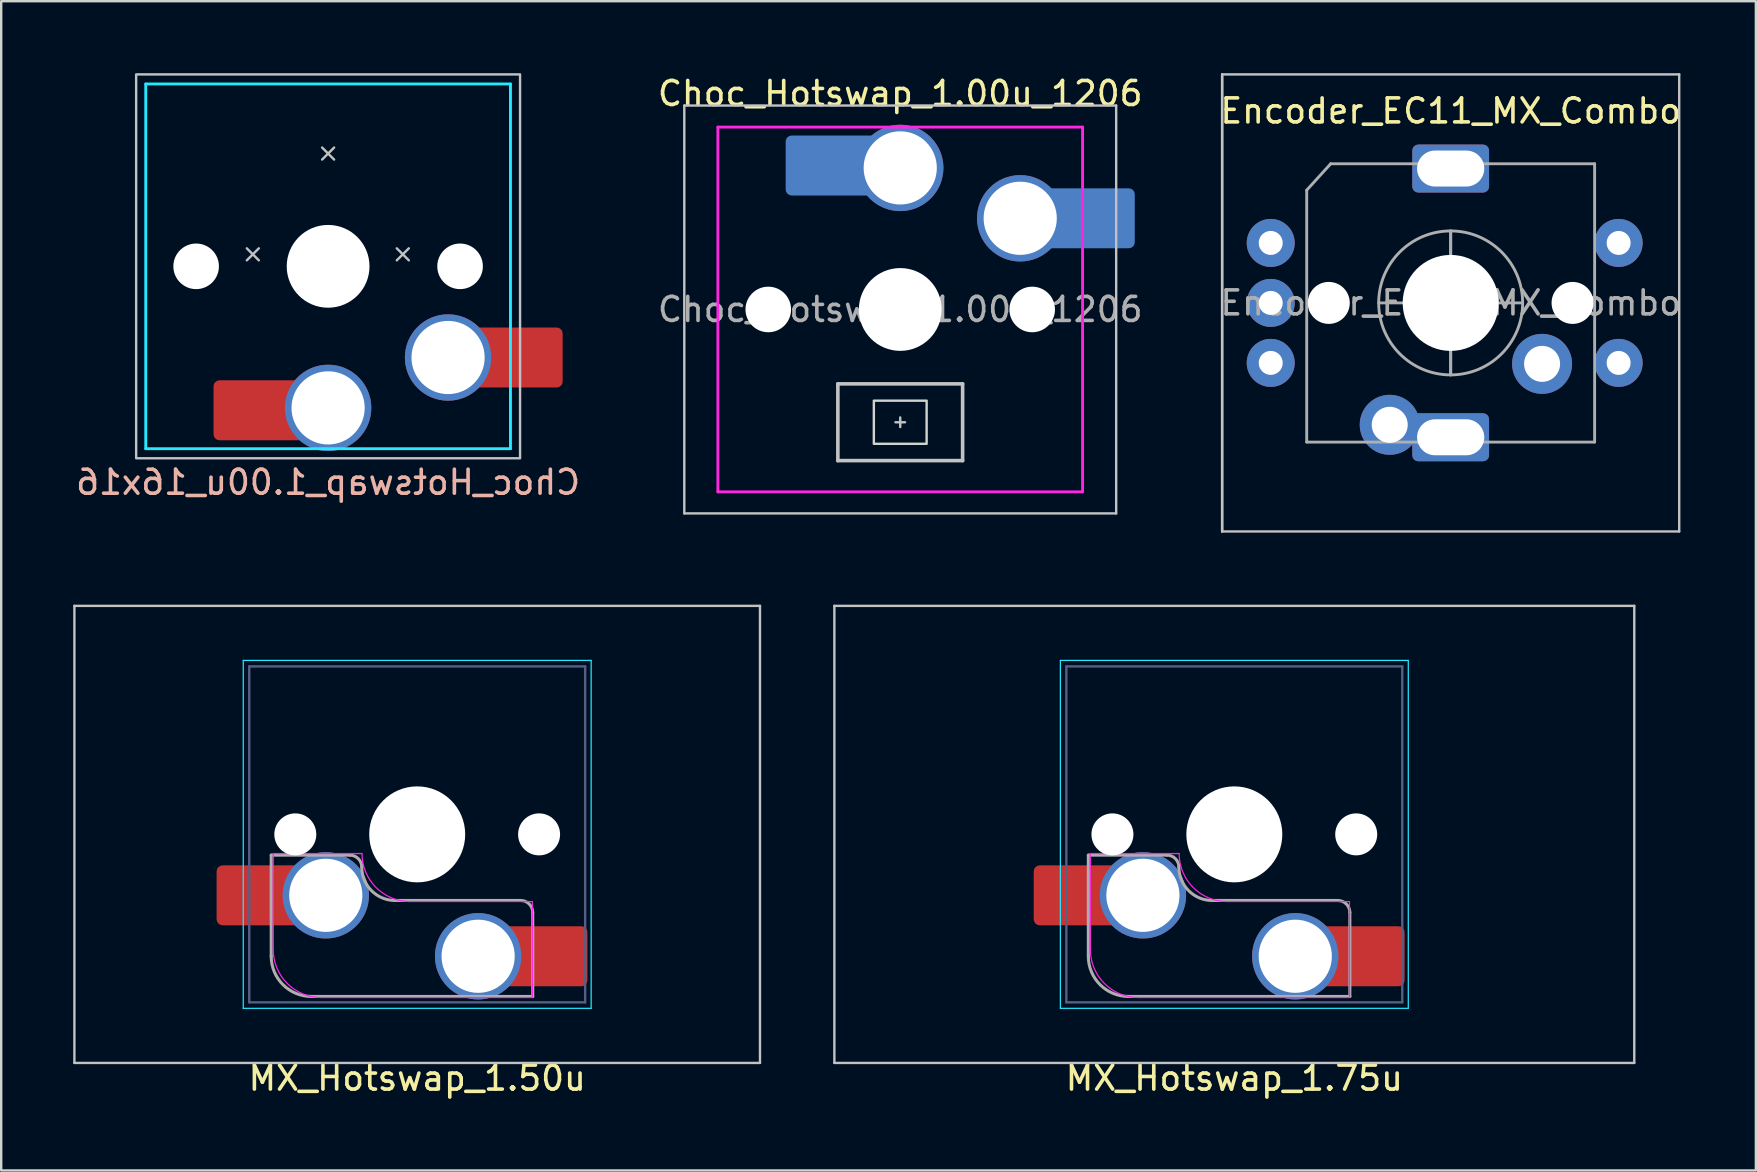
<source format=kicad_pcb>
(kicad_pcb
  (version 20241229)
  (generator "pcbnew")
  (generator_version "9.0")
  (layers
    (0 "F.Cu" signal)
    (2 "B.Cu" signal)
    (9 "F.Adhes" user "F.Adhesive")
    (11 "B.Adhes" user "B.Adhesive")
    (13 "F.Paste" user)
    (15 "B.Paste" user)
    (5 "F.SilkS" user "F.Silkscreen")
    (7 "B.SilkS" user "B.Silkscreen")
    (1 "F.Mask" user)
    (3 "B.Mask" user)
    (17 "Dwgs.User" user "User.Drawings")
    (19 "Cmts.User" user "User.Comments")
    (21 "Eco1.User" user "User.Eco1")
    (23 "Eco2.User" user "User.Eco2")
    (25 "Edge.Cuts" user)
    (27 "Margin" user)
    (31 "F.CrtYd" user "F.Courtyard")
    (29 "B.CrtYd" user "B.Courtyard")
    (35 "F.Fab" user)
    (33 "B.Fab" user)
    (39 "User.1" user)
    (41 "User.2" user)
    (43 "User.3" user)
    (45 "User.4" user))
  (footprint "Encoder_EC11_MX_Combo"
    (layer "F.Cu")
    (at 57.411 9.575)
    (property "Reference" "Encoder_EC11_MX_Combo" (at 0 -8 0) (layer "F.SilkS") (effects (font (size 1 1) (thickness 0.15))))
    (attr through_hole)
    (fp_line (start -9.525 -9.525) (end -9.525 9.525) (stroke (width 0.1) (type solid)) (layer "Dwgs.User"))
    (fp_line (start -9.525 -9.525) (end -9.525 9.525) (stroke (width 0.1) (type solid)) (layer "Dwgs.User"))
    (fp_line (start -9.525 9.525) (end 9.525 9.525) (stroke (width 0.1) (type solid)) (layer "Dwgs.User"))
    (fp_line (start 9.525 -9.525) (end -9.525 -9.525) (stroke (width 0.1) (type solid)) (layer "Dwgs.User"))
    (fp_line (start 9.525 9.525) (end 9.525 -9.525) (stroke (width 0.1) (type solid)) (layer "Dwgs.User"))
    (fp_line (start -6 -4.7) (end -5 -5.8) (stroke (width 0.12) (type solid)) (layer "F.Fab"))
    (fp_line (start -6 5.8) (end -6 -4.7) (stroke (width 0.12) (type solid)) (layer "F.Fab"))
    (fp_line (start -5 -5.8) (end 6 -5.8) (stroke (width 0.12) (type solid)) (layer "F.Fab"))
    (fp_line (start -3 0) (end 3 0) (stroke (width 0.12) (type solid)) (layer "F.Fab"))
    (fp_line (start 0 -3) (end 0 3) (stroke (width 0.12) (type solid)) (layer "F.Fab"))
    (fp_line (start 0 -3) (end 0 3) (stroke (width 0.12) (type solid)) (layer "F.Fab"))
    (fp_line (start 6 -5.8) (end 6 5.8) (stroke (width 0.12) (type solid)) (layer "F.Fab"))
    (fp_line (start 6 5.8) (end -6 5.8) (stroke (width 0.12) (type solid)) (layer "F.Fab"))
    (fp_circle (center 0 0) (end 3 0) (stroke (width 0.12) (type solid)) (fill no) (layer "F.Fab"))
    (fp_text user "${REFERENCE}" (at 0 0 180) (layer "F.Fab") (effects (font (size 1 1) (thickness 0.15))))
    (pad "" np_thru_hole circle (at -5.08 0 180) (size 1.75 1.75) (drill 1.75) (layers "*.Cu" "*.Mask"))
    (pad "" np_thru_hole circle (at 0 0 180) (size 4 4) (drill 4) (layers "*.Cu" "*.Mask"))
    (pad "" np_thru_hole circle (at 5.08 0 180) (size 1.75 1.75) (drill 1.75) (layers "*.Cu" "*.Mask"))
    (pad "A" thru_hole circle (at -7.5 -2.5) (size 2 2) (drill 1) (layers "*.Cu" "*.Mask"))
    (pad "B" thru_hole circle (at -7.5 2.5) (size 2 2) (drill 1) (layers "*.Cu" "*.Mask"))
    (pad "C" thru_hole circle (at -7.5 0) (size 2 2) (drill 1) (layers "*.Cu" "*.Mask"))
    (pad "MP" thru_hole roundrect (at 0 -5.6) (size 3.2 2) (drill oval 2.8 1.5) (layers "*.Cu" "*.Mask") (roundrect_rratio 0.125))
    (pad "S1" thru_hole circle (at 3.81 2.54 180) (size 2.5 2.5) (drill 1.5) (layers "*.Cu" "*.Mask"))
    (pad "S1" thru_hole circle (at 7 2.5) (size 2 2) (drill 1) (layers "*.Cu" "*.Mask"))
    (pad "S2" thru_hole circle (at -2.54 5.08 180) (size 2.5 2.5) (drill 1.5) (layers "*.Cu" "*.Mask"))
    (pad "S2" thru_hole roundrect (at 0 5.6) (size 3.2 2) (drill oval 2.8 1.5) (layers "*.Cu" "*.Mask") (roundrect_rratio 0.125))
    (pad "S2" thru_hole circle (at 7 -2.5) (size 2 2) (drill 1) (layers "*.Cu" "*.Mask")))
  (footprint "Choc_Hotswap_1.00u_1206"
    (layer "F.Cu")
    (at 34.47 9.848)
    (property "Reference" "Choc_Hotswap_1.00u_1206" (at 0 -9 0) (layer "F.SilkS") (effects (font (size 1 1) (thickness 0.15))))
    (attr smd allow_soldermask_bridges)
    (fp_line (start -9 -8.5) (end -9 8.5) (stroke (width 0.1) (type solid)) (layer "Dwgs.User"))
    (fp_line (start -9 8.5) (end 9 8.5) (stroke (width 0.1) (type solid)) (layer "Dwgs.User"))
    (fp_line (start -2.6 3.1) (end -2.6 6.3) (stroke (width 0.15) (type solid)) (layer "Dwgs.User"))
    (fp_line (start -2.6 6.3) (end 2.6 6.3) (stroke (width 0.15) (type solid)) (layer "Dwgs.User"))
    (fp_line (start 0 4.5) (end 0 4.9) (stroke (width 0.1) (type default)) (layer "Dwgs.User"))
    (fp_line (start 0.2 4.7) (end -0.2 4.7) (stroke (width 0.1) (type default)) (layer "Dwgs.User"))
    (fp_line (start 2.6 3.1) (end -2.6 3.1) (stroke (width 0.15) (type solid)) (layer "Dwgs.User"))
    (fp_line (start 2.6 3.1) (end 2.6 6.3) (stroke (width 0.15) (type solid)) (layer "Dwgs.User"))
    (fp_line (start 9 -8.5) (end -9 -8.5) (stroke (width 0.1) (type solid)) (layer "Dwgs.User"))
    (fp_line (start 9 8.5) (end 9 -8.5) (stroke (width 0.1) (type solid)) (layer "Dwgs.User"))
    (fp_rect (start -1.1 3.8) (end 1.1 5.6) (stroke (width 0.1) (type default)) (fill no) (layer "Edge.Cuts"))
    (fp_line (start -7.6 -7.6) (end -7.6 7.6) (stroke (width 0.12) (type solid)) (layer "F.CrtYd"))
    (fp_line (start -7.6 7.6) (end 7.6 7.6) (stroke (width 0.12) (type solid)) (layer "F.CrtYd"))
    (fp_line (start 7.6 -7.6) (end -7.6 -7.6) (stroke (width 0.12) (type solid)) (layer "F.CrtYd"))
    (fp_line (start 7.6 7.6) (end 7.6 -7.6) (stroke (width 0.12) (type solid)) (layer "F.CrtYd"))
    (fp_text user "${REFERENCE}" (at 0 0 0) (layer "F.Fab") (effects (font (size 1 1) (thickness 0.15))))
    (pad "" np_thru_hole circle (at -5.5 0) (size 1.9 1.9) (drill 1.9) (layers "*.Cu" "*.Mask"))
    (pad "" smd roundrect (at -3.5 -6) (size 2.55 2.5) (layers "B.Mask" "B.Paste") (roundrect_rratio 0.1))
    (pad "" np_thru_hole circle (at 0 0) (size 3.45 3.45) (drill 3.45) (layers "*.Cu" "*.Mask"))
    (pad "" np_thru_hole circle (at 5.5 0) (size 1.9 1.9) (drill 1.9) (layers "*.Cu" "*.Mask"))
    (pad "" smd roundrect (at 8.5 -3.8) (size 2.55 2.5) (layers "B.Mask" "B.Paste") (roundrect_rratio 0.1))
    (pad "1" smd roundrect (at -2.85 -6) (size 3.85 2.5) (layers "B.Cu") (roundrect_rratio 0.1))
    (pad "1" thru_hole circle (at 0 -5.9) (size 3.6 3.6) (drill 3.05) (layers "*.Cu" "*.Mask"))
    (pad "2" thru_hole circle (at 5 -3.8) (size 3.6 3.6) (drill 3.05) (layers "*.Cu" "*.Mask"))
    (pad "2" smd roundrect (at 7.85 -3.8) (size 3.85 2.5) (layers "B.Cu") (roundrect_rratio 0.1)))
  (footprint "MX_Hotswap_1.75u"
    (layer "F.Cu")
    (at 47.759 35.535)
    (property "Reference" "MX_Hotswap_1.75u" (at 0.635 6.35 0) (layer "F.SilkS") (effects (font (size 1 1) (thickness 0.15))))
    (attr smd allow_soldermask_bridges)
    (fp_line (start -16.034 -13.335) (end -16.034 5.715) (stroke (width 0.1) (type solid)) (layer "Dwgs.User"))
    (fp_line (start -16.034 5.715) (end 17.304 5.715) (stroke (width 0.1) (type solid)) (layer "Dwgs.User"))
    (fp_line (start 17.304 -13.335) (end -16.034 -13.335) (stroke (width 0.1) (type solid)) (layer "Dwgs.User"))
    (fp_line (start 17.304 5.715) (end 17.304 -13.335) (stroke (width 0.1) (type solid)) (layer "Dwgs.User"))
    (fp_line (start -6.615 -11.06) (end -6.615 3.44) (stroke (width 0.05) (type solid)) (layer "B.CrtYd"))
    (fp_line (start -6.615 3.44) (end 7.885 3.44) (stroke (width 0.05) (type solid)) (layer "B.CrtYd"))
    (fp_line (start 7.885 -11.06) (end -6.615 -11.06) (stroke (width 0.05) (type solid)) (layer "B.CrtYd"))
    (fp_line (start 7.885 3.44) (end 7.885 -11.06) (stroke (width 0.05) (type solid)) (layer "B.CrtYd"))
    (fp_line (start -5.365 0.99) (end -5.365 -3.01) (stroke (width 0.05) (type solid)) (layer "F.CrtYd"))
    (fp_line (start -1.665 -3.01) (end -5.365 -3.01) (stroke (width 0.05) (type solid)) (layer "F.CrtYd"))
    (fp_line (start 5.435 -1.01) (end 0.335 -1.01) (stroke (width 0.05) (type solid)) (layer "F.CrtYd"))
    (fp_line (start 5.435 -1.01) (end 5.435 2.99) (stroke (width 0.05) (type solid)) (layer "F.CrtYd"))
    (fp_line (start 5.435 2.99) (end -3.365 2.99) (stroke (width 0.05) (type solid)) (layer "F.CrtYd"))
    (fp_arc (start -3.365 2.99) (mid -4.779214 2.404214) (end -5.365 0.99) (stroke (width 0.05) (type solid)) (layer "F.CrtYd"))
    (fp_arc (start 0.335 -1.01) (mid -1.079214 -1.595786) (end -1.665 -3.01) (stroke (width 0.05) (type solid)) (layer "F.CrtYd"))
    (fp_line (start -6.365 -10.81) (end -6.365 3.19) (stroke (width 0.1) (type solid)) (layer "B.Fab"))
    (fp_line (start -6.365 3.19) (end 7.635 3.19) (stroke (width 0.1) (type solid)) (layer "B.Fab"))
    (fp_line (start 7.635 -10.81) (end -6.365 -10.81) (stroke (width 0.1) (type solid)) (layer "B.Fab"))
    (fp_line (start 7.635 3.19) (end 7.635 -10.81) (stroke (width 0.1) (type solid)) (layer "B.Fab"))
    (fp_line (start -5.45 -2.945) (end -2.175 -2.945) (stroke (width 0.127) (type solid)) (layer "F.Fab"))
    (fp_line (start -5.45 1.27) (end -5.45 -2.945) (stroke (width 0.127) (type solid)) (layer "F.Fab"))
    (fp_line (start -0.285 -1.055) (end 4.95 -1.055) (stroke (width 0.127) (type solid)) (layer "F.Fab"))
    (fp_line (start 5.45 -0.555) (end 5.45 2.945) (stroke (width 0.127) (type solid)) (layer "F.Fab"))
    (fp_line (start 5.45 2.945) (end -3.775 2.945) (stroke (width 0.127) (type solid)) (layer "F.Fab"))
    (fp_arc (start -3.775 2.945) (mid -4.959404 2.454404) (end -5.45 1.27) (stroke (width 0.127) (type solid)) (layer "F.Fab"))
    (fp_arc (start -2.175 -2.945) (mid -1.821447 -2.798553) (end -1.675 -2.445) (stroke (width 0.127) (type solid)) (layer "F.Fab"))
    (fp_arc (start -0.285 -1.055) (mid -1.267878 -1.462122) (end -1.675 -2.445) (stroke (width 0.127) (type solid)) (layer "F.Fab"))
    (fp_arc (start 4.95 -1.055) (mid 5.303553 -0.908553) (end 5.45 -0.555) (stroke (width 0.127) (type solid)) (layer "F.Fab"))
    (pad "" smd roundrect (at -6.45 -1.27 180) (size 2.55 2.5) (layers "F.Mask" "F.Paste") (roundrect_rratio 0.1))
    (pad "" np_thru_hole circle (at -4.445 -3.81 180) (size 1.75 1.75) (drill 1.75) (layers "*.Cu" "*.Mask"))
    (pad "" np_thru_hole circle (at 0.635 -3.81 180) (size 4 4) (drill 4) (layers "*.Cu" "*.Mask"))
    (pad "" np_thru_hole circle (at 5.715 -3.81 180) (size 1.75 1.75) (drill 1.75) (layers "*.Cu" "*.Mask"))
    (pad "" smd roundrect (at 6.477 1.27 180) (size 2.55 2.5) (layers "F.Mask" "F.Paste") (roundrect_rratio 0.1))
    (pad "1" smd roundrect (at -5.95 -1.27 180) (size 3.55 2.5) (layers "F.Cu") (roundrect_rratio 0.1))
    (pad "1" thru_hole circle (at -3.175 -1.27 180) (size 3.6 3.6) (drill 3.05) (layers "*.Cu" "*.Mask"))
    (pad "2" thru_hole circle (at 3.175 1.27 180) (size 3.6 3.6) (drill 3.05) (layers "*.Cu" "*.Mask"))
    (pad "2" smd roundrect (at 5.955 1.27 180) (size 3.55 2.5) (layers "F.Cu") (roundrect_rratio 0.1)))
  (footprint "Choc_Hotswap_1.00u_16x16"
    (layer "F.Cu")
    (at 13.125 12.9)
    (property "Reference" "Choc_Hotswap_1.00u_16x16" (at -2.5 4.15 180) (layer "B.SilkS") (effects (font (size 1 1) (thickness 0.15)) (justify mirror)))
    (attr smd allow_soldermask_bridges)
    (fp_line (start -5.888 -5.6) (end -5.388 -5.1) (stroke (width 0.1) (type default)) (layer "Dwgs.User"))
    (fp_line (start -5.388 -5.6) (end -5.888 -5.1) (stroke (width 0.1) (type default)) (layer "Dwgs.User"))
    (fp_line (start -2.75 -9.8) (end -2.25 -9.3) (stroke (width 0.1) (type default)) (layer "Dwgs.User"))
    (fp_line (start -2.25 -9.8) (end -2.75 -9.3) (stroke (width 0.1) (type default)) (layer "Dwgs.User"))
    (fp_line (start 0.362 -5.6) (end 0.863 -5.1) (stroke (width 0.1) (type default)) (layer "Dwgs.User"))
    (fp_line (start 0.863 -5.6) (end 0.362 -5.1) (stroke (width 0.1) (type default)) (layer "Dwgs.User"))
    (fp_rect (start -10.5 -12.85) (end 5.5 3.15) (stroke (width 0.1) (type default)) (fill no) (layer "Dwgs.User"))
    (fp_line (start -10.1 -12.45) (end -10.1 2.75) (stroke (width 0.12) (type solid)) (layer "B.CrtYd"))
    (fp_line (start -10.1 2.75) (end 5.1 2.75) (stroke (width 0.12) (type solid)) (layer "B.CrtYd"))
    (fp_line (start 5.1 -12.45) (end -10.1 -12.45) (stroke (width 0.12) (type solid)) (layer "B.CrtYd"))
    (fp_line (start 5.1 2.75) (end 5.1 -12.45) (stroke (width 0.12) (type solid)) (layer "B.CrtYd"))
    (pad "" np_thru_hole circle (at -8 -4.85 180) (size 1.9 1.9) (drill 1.9) (layers "*.Cu" "*.Mask"))
    (pad "" smd roundrect (at -6 1.15 180) (size 2.55 2.5) (layers "F.Mask" "F.Paste") (roundrect_rratio 0.1))
    (pad "" np_thru_hole circle (at -2.5 -4.85 180) (size 3.45 3.45) (drill 3.45) (layers "*.Cu" "*.Mask"))
    (pad "" np_thru_hole circle (at 3 -4.85 180) (size 1.9 1.9) (drill 1.9) (layers "*.Cu" "*.Mask"))
    (pad "" smd roundrect (at 6 -1.05 180) (size 2.55 2.5) (layers "F.Mask" "F.Paste") (roundrect_rratio 0.1))
    (pad "1" smd roundrect (at -5.35 1.15 180) (size 3.85 2.5) (layers "F.Cu") (roundrect_rratio 0.1))
    (pad "1" thru_hole circle (at -2.5 1.05 180) (size 3.6 3.6) (drill 3.05) (layers "*.Cu" "*.Mask"))
    (pad "2" thru_hole circle (at 2.5 -1.05 180) (size 3.6 3.6) (drill 3.05) (layers "*.Cu" "*.Mask"))
    (pad "2" smd roundrect (at 5.35 -1.05 180) (size 3.85 2.5) (layers "F.Cu") (roundrect_rratio 0.1)))
  (footprint "MX_Hotswap_1.50u"
    (layer "F.Cu")
    (at 13.703 35.535)
    (property "Reference" "MX_Hotswap_1.50u" (at 0.635 6.35 0) (layer "F.SilkS") (effects (font (size 1 1) (thickness 0.15))))
    (attr smd allow_soldermask_bridges)
    (fp_line (start -13.652 -13.335) (end -13.652 5.715) (stroke (width 0.1) (type solid)) (layer "Dwgs.User"))
    (fp_line (start -13.652 5.715) (end 14.922 5.715) (stroke (width 0.1) (type solid)) (layer "Dwgs.User"))
    (fp_line (start 14.922 -13.335) (end -13.652 -13.335) (stroke (width 0.1) (type solid)) (layer "Dwgs.User"))
    (fp_line (start 14.922 5.715) (end 14.922 -13.335) (stroke (width 0.1) (type solid)) (layer "Dwgs.User"))
    (fp_line (start -6.615 -11.06) (end -6.615 3.44) (stroke (width 0.05) (type solid)) (layer "B.CrtYd"))
    (fp_line (start -6.615 3.44) (end 7.885 3.44) (stroke (width 0.05) (type solid)) (layer "B.CrtYd"))
    (fp_line (start 7.885 -11.06) (end -6.615 -11.06) (stroke (width 0.05) (type solid)) (layer "B.CrtYd"))
    (fp_line (start 7.885 3.44) (end 7.885 -11.06) (stroke (width 0.05) (type solid)) (layer "B.CrtYd"))
    (fp_line (start -5.365 0.99) (end -5.365 -3.01) (stroke (width 0.05) (type solid)) (layer "F.CrtYd"))
    (fp_line (start -1.665 -3.01) (end -5.365 -3.01) (stroke (width 0.05) (type solid)) (layer "F.CrtYd"))
    (fp_line (start 5.435 -1.01) (end 0.335 -1.01) (stroke (width 0.05) (type solid)) (layer "F.CrtYd"))
    (fp_line (start 5.435 -1.01) (end 5.435 2.99) (stroke (width 0.05) (type solid)) (layer "F.CrtYd"))
    (fp_line (start 5.435 2.99) (end -3.365 2.99) (stroke (width 0.05) (type solid)) (layer "F.CrtYd"))
    (fp_arc (start -3.365 2.99) (mid -4.779214 2.404214) (end -5.365 0.99) (stroke (width 0.05) (type solid)) (layer "F.CrtYd"))
    (fp_arc (start 0.335 -1.01) (mid -1.079214 -1.595786) (end -1.665 -3.01) (stroke (width 0.05) (type solid)) (layer "F.CrtYd"))
    (fp_line (start -6.365 -10.81) (end -6.365 3.19) (stroke (width 0.1) (type solid)) (layer "B.Fab"))
    (fp_line (start -6.365 3.19) (end 7.635 3.19) (stroke (width 0.1) (type solid)) (layer "B.Fab"))
    (fp_line (start 7.635 -10.81) (end -6.365 -10.81) (stroke (width 0.1) (type solid)) (layer "B.Fab"))
    (fp_line (start 7.635 3.19) (end 7.635 -10.81) (stroke (width 0.1) (type solid)) (layer "B.Fab"))
    (fp_line (start -5.45 -2.945) (end -2.175 -2.945) (stroke (width 0.127) (type solid)) (layer "F.Fab"))
    (fp_line (start -5.45 1.27) (end -5.45 -2.945) (stroke (width 0.127) (type solid)) (layer "F.Fab"))
    (fp_line (start -0.285 -1.055) (end 4.95 -1.055) (stroke (width 0.127) (type solid)) (layer "F.Fab"))
    (fp_line (start 5.45 -0.555) (end 5.45 2.945) (stroke (width 0.127) (type solid)) (layer "F.Fab"))
    (fp_line (start 5.45 2.945) (end -3.775 2.945) (stroke (width 0.127) (type solid)) (layer "F.Fab"))
    (fp_arc (start -3.775 2.945) (mid -4.959404 2.454404) (end -5.45 1.27) (stroke (width 0.127) (type solid)) (layer "F.Fab"))
    (fp_arc (start -2.175 -2.945) (mid -1.821447 -2.798553) (end -1.675 -2.445) (stroke (width 0.127) (type solid)) (layer "F.Fab"))
    (fp_arc (start -0.285 -1.055) (mid -1.267878 -1.462122) (end -1.675 -2.445) (stroke (width 0.127) (type solid)) (layer "F.Fab"))
    (fp_arc (start 4.95 -1.055) (mid 5.303553 -0.908553) (end 5.45 -0.555) (stroke (width 0.127) (type solid)) (layer "F.Fab"))
    (pad "" smd roundrect (at -6.45 -1.27 180) (size 2.55 2.5) (layers "F.Mask" "F.Paste") (roundrect_rratio 0.1))
    (pad "" np_thru_hole circle (at -4.445 -3.81 180) (size 1.75 1.75) (drill 1.75) (layers "*.Cu" "*.Mask"))
    (pad "" np_thru_hole circle (at 0.635 -3.81 180) (size 4 4) (drill 4) (layers "*.Cu" "*.Mask"))
    (pad "" np_thru_hole circle (at 5.715 -3.81 180) (size 1.75 1.75) (drill 1.75) (layers "*.Cu" "*.Mask"))
    (pad "" smd roundrect (at 6.477 1.27 180) (size 2.55 2.5) (layers "F.Mask" "F.Paste") (roundrect_rratio 0.1))
    (pad "1" smd roundrect (at -5.95 -1.27 180) (size 3.55 2.5) (layers "F.Cu") (roundrect_rratio 0.1))
    (pad "1" thru_hole circle (at -3.175 -1.27 180) (size 3.6 3.6) (drill 3.05) (layers "*.Cu" "*.Mask"))
    (pad "2" thru_hole circle (at 3.175 1.27 180) (size 3.6 3.6) (drill 3.05) (layers "*.Cu" "*.Mask"))
    (pad "2" smd roundrect (at 5.955 1.27 180) (size 3.55 2.5) (layers "F.Cu") (roundrect_rratio 0.1)))
  (gr_rect
    (start -3 -3)
    (end 70.131 45.733)
    (stroke (width 0.1) (type default))
    (fill no)
    (layer "Edge.Cuts")))
</source>
